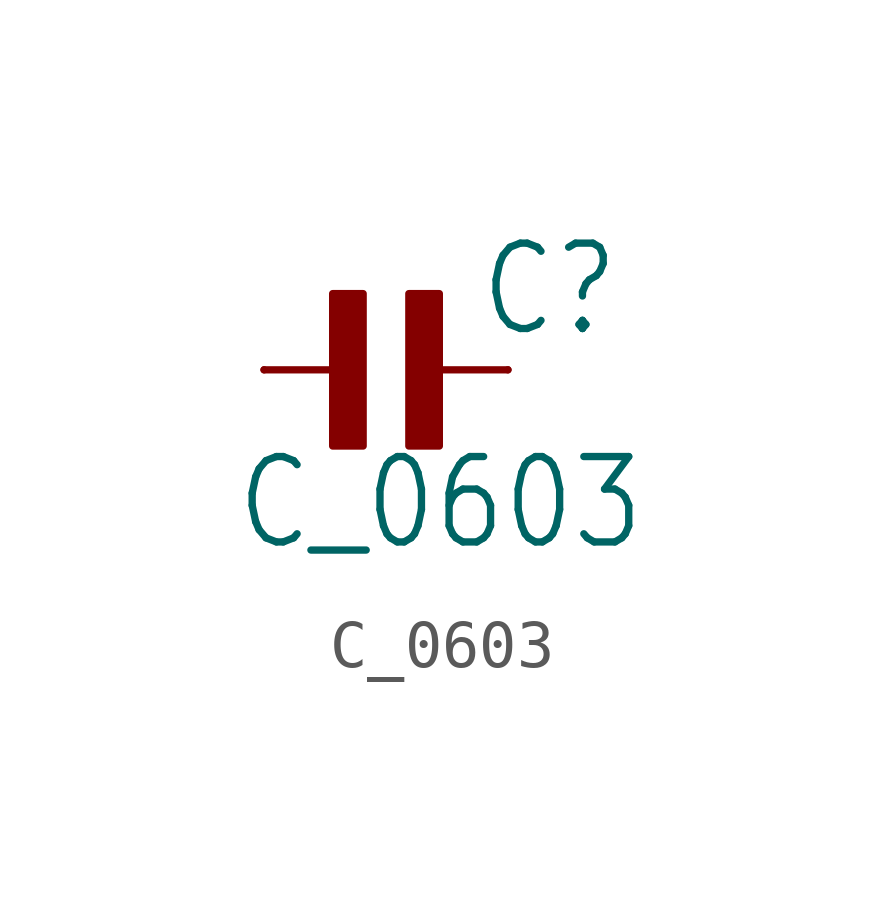
<source format=kicad_sym>
(kicad_symbol_lib
  (version 20211014)
  (generator kicad_symbol_editor)
  (symbol "C_0603"
    (property "Reference" "C"
      (at 1.905 0.635 0)
      (effects (font (size 1.778 1.511)) (justify left bottom)))
    (property "Value" "C_0603"
      (at -3.175 -3.81 0)
      (effects (font (size 1.778 1.511)) (justify left bottom)))
    (property "ki_locked" ""
      (at 0 0 0)
      (effects (font (size 1.27 1.27))))
    (symbol "C_0603_1_0"
      (rectangle (start -1.111 -1.587) (end -0.476 1.587) (stroke (width 0) (type default) (color 0 0 0 0)) (fill (type outline)))
      (polyline (pts (xy -2.54 0) (xy -0.635 0)) (stroke (width 0.152) (type default) (color 0 0 0 0)) (fill (type none)))
      (polyline (pts (xy 2.54 0) (xy 0.635 0)) (stroke (width 0.152) (type default) (color 0 0 0 0)) (fill (type none)))
      (rectangle (start 0.476 -1.587) (end 1.111 1.587) (stroke (width 0) (type default) (color 0 0 0 0)) (fill (type outline)))
      (pin passive line (at -2.54 0 0) (length 0) (name "1" (effects (font (size 0 0)))) (number "1" (effects (font (size 0 0)))))
      (pin passive line (at 2.54 0 180) (length 0) (name "2" (effects (font (size 0 0)))) (number "2" (effects (font (size 0 0))))))))
</source>
